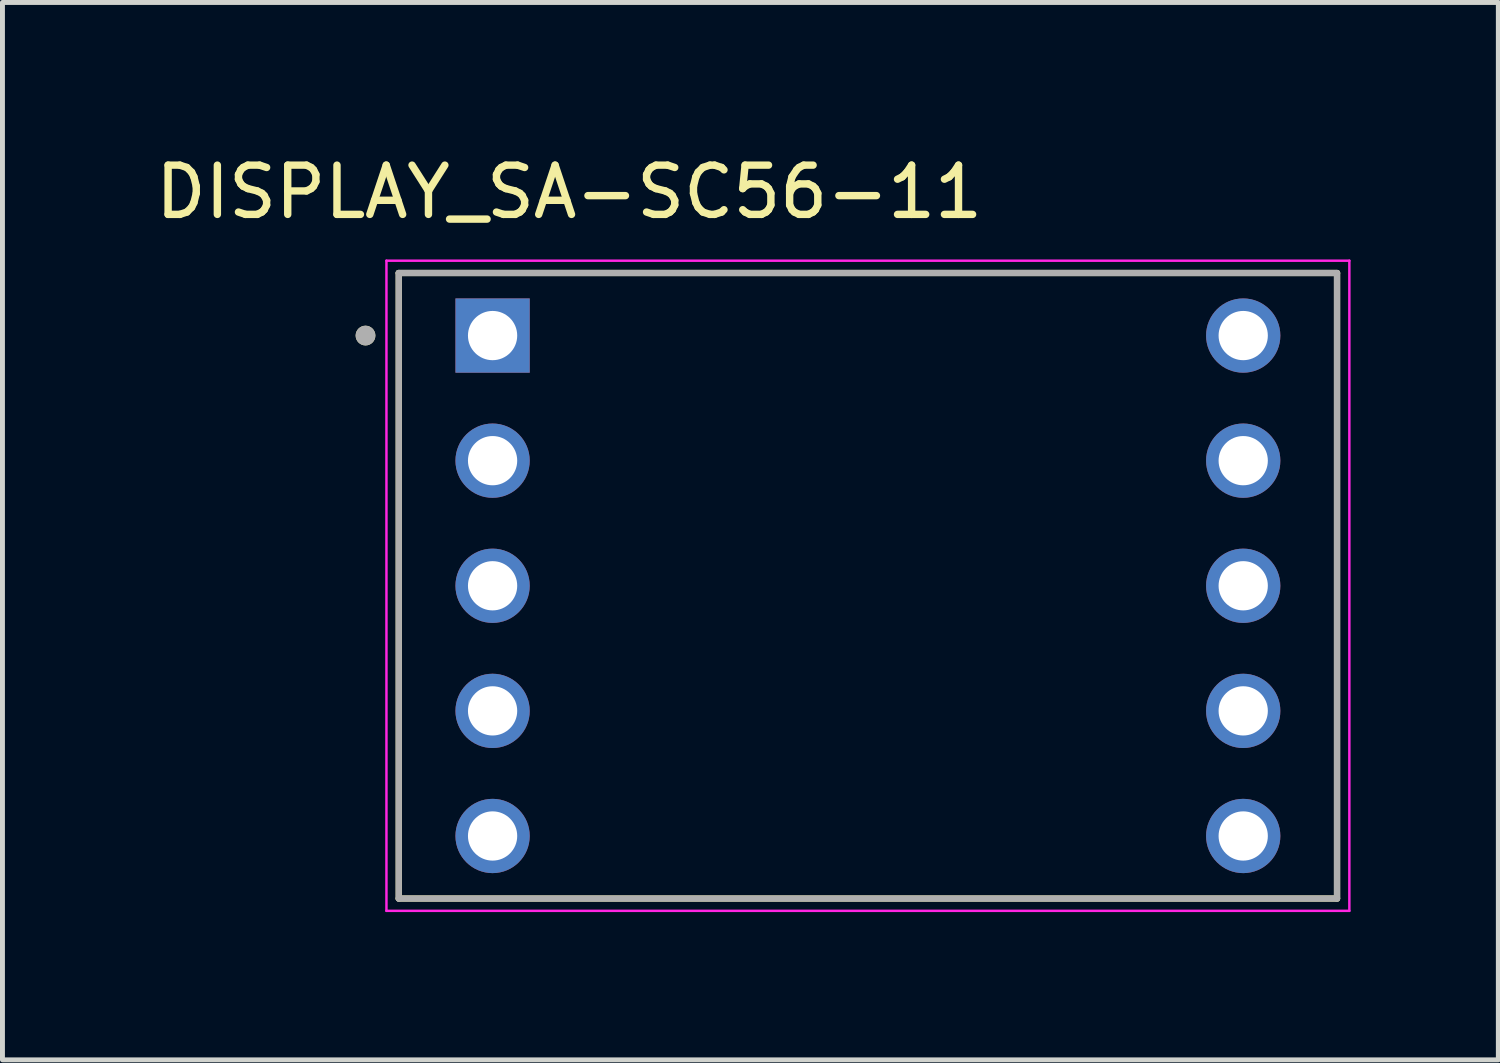
<source format=kicad_pcb>
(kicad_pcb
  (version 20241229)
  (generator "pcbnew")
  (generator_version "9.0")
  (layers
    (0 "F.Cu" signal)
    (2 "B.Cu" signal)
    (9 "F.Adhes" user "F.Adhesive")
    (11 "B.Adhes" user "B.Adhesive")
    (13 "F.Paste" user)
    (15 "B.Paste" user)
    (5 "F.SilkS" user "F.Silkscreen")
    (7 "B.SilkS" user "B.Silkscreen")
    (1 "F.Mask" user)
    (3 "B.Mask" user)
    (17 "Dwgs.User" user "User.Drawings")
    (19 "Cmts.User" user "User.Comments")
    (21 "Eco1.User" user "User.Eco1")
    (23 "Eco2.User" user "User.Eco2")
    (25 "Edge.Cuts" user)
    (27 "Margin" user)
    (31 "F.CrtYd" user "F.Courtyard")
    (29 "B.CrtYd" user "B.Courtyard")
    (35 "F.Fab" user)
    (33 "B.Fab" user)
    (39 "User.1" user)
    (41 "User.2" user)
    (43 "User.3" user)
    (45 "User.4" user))
  (footprint "DISPLAY_SA-SC56-11"
    (layer "F.Cu")
    (at 14.571 8.843)
    (property "Reference" "DISPLAY_SA-SC56-11" (at -6.065 -7.995 0) (layer "F.SilkS") (effects (font (size 1 1) (thickness 0.15))))
    (attr through_hole)
    (fp_line (start -9.525 -6.35) (end 9.525 -6.35) (stroke (width 0.127) (type solid)) (layer "F.SilkS"))
    (fp_line (start -9.525 6.35) (end -9.525 -6.35) (stroke (width 0.127) (type solid)) (layer "F.SilkS"))
    (fp_line (start 9.525 -6.35) (end 9.525 6.35) (stroke (width 0.127) (type solid)) (layer "F.SilkS"))
    (fp_line (start 9.525 6.35) (end -9.525 6.35) (stroke (width 0.127) (type solid)) (layer "F.SilkS"))
    (fp_circle (center -10.2 -5.08) (end -10.1 -5.08) (stroke (width 0.2) (type solid)) (fill no) (layer "F.SilkS"))
    (fp_line (start -9.775 -6.6) (end 9.775 -6.6) (stroke (width 0.05) (type solid)) (layer "F.CrtYd"))
    (fp_line (start -9.775 6.6) (end -9.775 -6.6) (stroke (width 0.05) (type solid)) (layer "F.CrtYd"))
    (fp_line (start 9.775 -6.6) (end 9.775 6.6) (stroke (width 0.05) (type solid)) (layer "F.CrtYd"))
    (fp_line (start 9.775 6.6) (end -9.775 6.6) (stroke (width 0.05) (type solid)) (layer "F.CrtYd"))
    (fp_line (start -9.525 -6.35) (end 9.525 -6.35) (stroke (width 0.127) (type solid)) (layer "F.Fab"))
    (fp_line (start -9.525 6.35) (end -9.525 -6.35) (stroke (width 0.127) (type solid)) (layer "F.Fab"))
    (fp_line (start 9.525 -6.35) (end 9.525 6.35) (stroke (width 0.127) (type solid)) (layer "F.Fab"))
    (fp_line (start 9.525 6.35) (end -9.525 6.35) (stroke (width 0.127) (type solid)) (layer "F.Fab"))
    (fp_circle (center -10.2 -5.08) (end -10.1 -5.08) (stroke (width 0.2) (type solid)) (fill no) (layer "F.Fab"))
    (pad "1" thru_hole rect (at -7.62 -5.08) (size 1.508 1.508) (drill 1) (layers "*.Cu" "*.Mask"))
    (pad "2" thru_hole circle (at -7.62 -2.54) (size 1.508 1.508) (drill 1) (layers "*.Cu" "*.Mask"))
    (pad "3" thru_hole circle (at -7.62 0) (size 1.508 1.508) (drill 1) (layers "*.Cu" "*.Mask"))
    (pad "4" thru_hole circle (at -7.62 2.54) (size 1.508 1.508) (drill 1) (layers "*.Cu" "*.Mask"))
    (pad "5" thru_hole circle (at -7.62 5.08) (size 1.508 1.508) (drill 1) (layers "*.Cu" "*.Mask"))
    (pad "6" thru_hole circle (at 7.62 5.08) (size 1.508 1.508) (drill 1) (layers "*.Cu" "*.Mask"))
    (pad "7" thru_hole circle (at 7.62 2.54) (size 1.508 1.508) (drill 1) (layers "*.Cu" "*.Mask"))
    (pad "8" thru_hole circle (at 7.62 0) (size 1.508 1.508) (drill 1) (layers "*.Cu" "*.Mask"))
    (pad "9" thru_hole circle (at 7.62 -2.54) (size 1.508 1.508) (drill 1) (layers "*.Cu" "*.Mask"))
    (pad "10" thru_hole circle (at 7.62 -5.08) (size 1.508 1.508) (drill 1) (layers "*.Cu" "*.Mask")))
  (gr_rect
    (start -3 -3)
    (end 27.371 18.468)
    (stroke (width 0.1) (type default))
    (fill no)
    (layer "Edge.Cuts")))
</source>
